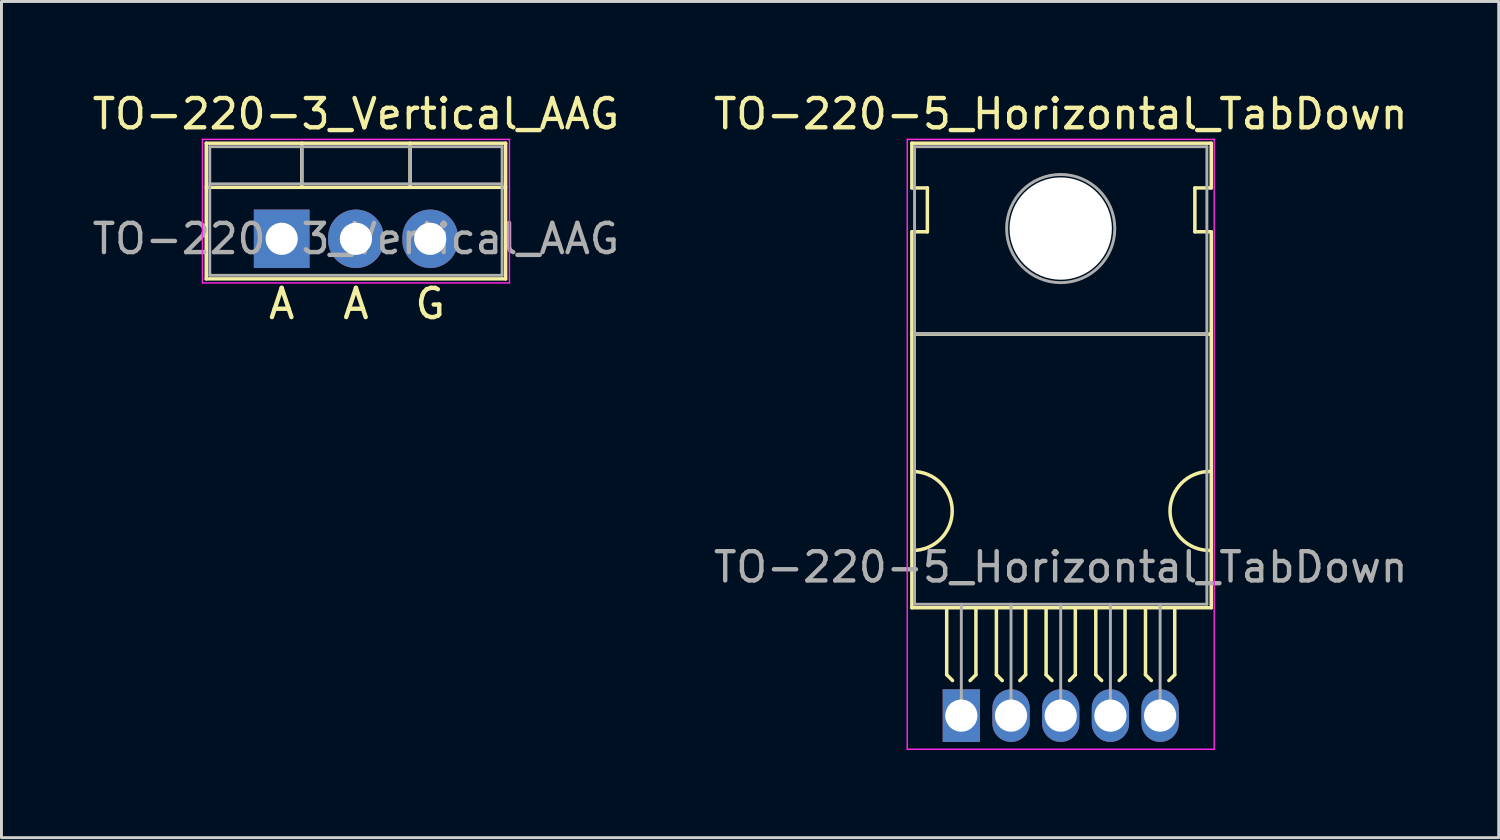
<source format=kicad_pcb>
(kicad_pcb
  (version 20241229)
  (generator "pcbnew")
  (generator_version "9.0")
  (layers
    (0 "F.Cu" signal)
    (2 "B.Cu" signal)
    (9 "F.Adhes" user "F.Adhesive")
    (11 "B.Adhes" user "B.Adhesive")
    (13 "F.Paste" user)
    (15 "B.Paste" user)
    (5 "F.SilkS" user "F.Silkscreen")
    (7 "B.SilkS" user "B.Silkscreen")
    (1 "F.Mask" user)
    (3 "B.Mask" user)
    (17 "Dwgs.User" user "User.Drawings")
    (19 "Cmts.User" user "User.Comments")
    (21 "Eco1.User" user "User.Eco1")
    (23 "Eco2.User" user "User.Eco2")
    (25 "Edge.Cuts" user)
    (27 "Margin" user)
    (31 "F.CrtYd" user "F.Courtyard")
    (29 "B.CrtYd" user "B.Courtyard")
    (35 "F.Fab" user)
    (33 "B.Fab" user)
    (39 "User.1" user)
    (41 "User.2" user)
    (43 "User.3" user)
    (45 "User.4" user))
  (footprint "TO-220-3_Vertical_AAG"
    (layer "F.Cu")
    (at 6.585 5.118)
    (property "Reference" "TO-220-3_Vertical_AAG" (at 2.54 -4.27 0) (layer "F.SilkS") (effects (font (size 1 1) (thickness 0.15))))
    (fp_line (start -2.58 -3.27) (end -2.58 1.371) (stroke (width 0.12) (type solid)) (layer "F.SilkS"))
    (fp_line (start -2.58 -3.27) (end 7.66 -3.27) (stroke (width 0.12) (type solid)) (layer "F.SilkS"))
    (fp_line (start -2.58 -1.76) (end 7.66 -1.76) (stroke (width 0.12) (type solid)) (layer "F.SilkS"))
    (fp_line (start -2.58 1.371) (end 7.66 1.371) (stroke (width 0.12) (type solid)) (layer "F.SilkS"))
    (fp_line (start 0.69 -3.27) (end 0.69 -1.76) (stroke (width 0.12) (type solid)) (layer "F.SilkS"))
    (fp_line (start 4.391 -3.27) (end 4.391 -1.76) (stroke (width 0.12) (type solid)) (layer "F.SilkS"))
    (fp_line (start 7.66 -3.27) (end 7.66 1.371) (stroke (width 0.12) (type solid)) (layer "F.SilkS"))
    (fp_line (start -2.71 -3.4) (end -2.71 1.51) (stroke (width 0.05) (type solid)) (layer "F.CrtYd"))
    (fp_line (start -2.71 1.51) (end 7.79 1.51) (stroke (width 0.05) (type solid)) (layer "F.CrtYd"))
    (fp_line (start 7.79 -3.4) (end -2.71 -3.4) (stroke (width 0.05) (type solid)) (layer "F.CrtYd"))
    (fp_line (start 7.79 1.51) (end 7.79 -3.4) (stroke (width 0.05) (type solid)) (layer "F.CrtYd"))
    (fp_line (start -2.46 -3.15) (end -2.46 1.25) (stroke (width 0.1) (type solid)) (layer "F.Fab"))
    (fp_line (start -2.46 -1.88) (end 7.54 -1.88) (stroke (width 0.1) (type solid)) (layer "F.Fab"))
    (fp_line (start -2.46 1.25) (end 7.54 1.25) (stroke (width 0.1) (type solid)) (layer "F.Fab"))
    (fp_line (start 0.69 -3.15) (end 0.69 -1.88) (stroke (width 0.1) (type solid)) (layer "F.Fab"))
    (fp_line (start 4.39 -3.15) (end 4.39 -1.88) (stroke (width 0.1) (type solid)) (layer "F.Fab"))
    (fp_line (start 7.54 -3.15) (end -2.46 -3.15) (stroke (width 0.1) (type solid)) (layer "F.Fab"))
    (fp_line (start 7.54 1.25) (end 7.54 -3.15) (stroke (width 0.1) (type solid)) (layer "F.Fab"))
    (fp_text user "G" (at 5.08 2.223 0) (unlocked yes) (layer "F.SilkS") (effects (font (size 1 1) (thickness 0.15))))
    (fp_text user "A" (at 2.54 2.223 0) (unlocked yes) (layer "F.SilkS") (effects (font (size 1 1) (thickness 0.15))))
    (fp_text user "A" (at 0 2.223 0) (unlocked yes) (layer "F.SilkS") (effects (font (size 1 1) (thickness 0.15))))
    (fp_text user "${REFERENCE}" (at 2.54 0 0) (layer "F.Fab") (effects (font (size 1 1) (thickness 0.15))))
    (pad "1" thru_hole rect (at 0 0) (size 1.905 2) (drill 1.1) (layers "*.Cu" "*.Mask"))
    (pad "2" thru_hole oval (at 2.54 0) (size 1.905 2) (drill 1.1) (layers "*.Cu" "*.Mask"))
    (pad "3" thru_hole oval (at 5.08 0) (size 1.905 2) (drill 1.1) (layers "*.Cu" "*.Mask")))
  (footprint "TO-220-5_Horizontal_TabDown"
    (layer "F.Cu")
    (at 29.832 21.428)
    (property "Reference" "TO-220-5_Horizontal_TabDown" (at 3.4 -20.58 0) (layer "F.SilkS") (effects (font (size 1 1) (thickness 0.15))))
    (attr through_hole)
    (fp_line (start -1.691 -19.58) (end -1.691 -18.05) (stroke (width 0.12) (type solid)) (layer "F.SilkS"))
    (fp_line (start -1.691 -19.58) (end 8.549 -19.58) (stroke (width 0.12) (type solid)) (layer "F.SilkS"))
    (fp_line (start -1.691 -18.05) (end -1.161 -18.05) (stroke (width 0.12) (type solid)) (layer "F.SilkS"))
    (fp_line (start -1.691 -16.55) (end -1.691 -3.69) (stroke (width 0.12) (type solid)) (layer "F.SilkS"))
    (fp_line (start -1.691 -3.69) (end 8.549 -3.69) (stroke (width 0.12) (type solid)) (layer "F.SilkS"))
    (fp_line (start -1.686 -13.05) (end 8.539 -13.05) (stroke (width 0.12) (type solid)) (layer "F.SilkS"))
    (fp_line (start -1.161 -18.05) (end -1.161 -16.55) (stroke (width 0.12) (type solid)) (layer "F.SilkS"))
    (fp_line (start -1.161 -16.55) (end -1.686 -16.55) (stroke (width 0.12) (type solid)) (layer "F.SilkS"))
    (fp_line (start -0.5 -3.65) (end -0.5 -1.4) (stroke (width 0.12) (type solid)) (layer "F.SilkS"))
    (fp_line (start -0.5 -1.4) (end -0.3 -1.2) (stroke (width 0.12) (type solid)) (layer "F.SilkS"))
    (fp_line (start 0.5 -3.65) (end 0.5 -1.4) (stroke (width 0.12) (type solid)) (layer "F.SilkS"))
    (fp_line (start 0.5 -1.4) (end 0.3 -1.2) (stroke (width 0.12) (type solid)) (layer "F.SilkS"))
    (fp_line (start 1.2 -3.65) (end 1.2 -1.4) (stroke (width 0.12) (type solid)) (layer "F.SilkS"))
    (fp_line (start 1.2 -1.4) (end 1.4 -1.2) (stroke (width 0.12) (type solid)) (layer "F.SilkS"))
    (fp_line (start 2.2 -3.65) (end 2.2 -1.4) (stroke (width 0.12) (type solid)) (layer "F.SilkS"))
    (fp_line (start 2.2 -1.4) (end 2 -1.2) (stroke (width 0.12) (type solid)) (layer "F.SilkS"))
    (fp_line (start 2.9 -3.65) (end 2.9 -1.4) (stroke (width 0.12) (type solid)) (layer "F.SilkS"))
    (fp_line (start 2.9 -1.4) (end 3.1 -1.2) (stroke (width 0.12) (type solid)) (layer "F.SilkS"))
    (fp_line (start 3.9 -3.65) (end 3.9 -1.4) (stroke (width 0.12) (type solid)) (layer "F.SilkS"))
    (fp_line (start 3.9 -1.4) (end 3.7 -1.2) (stroke (width 0.12) (type solid)) (layer "F.SilkS"))
    (fp_line (start 4.6 -3.65) (end 4.6 -1.4) (stroke (width 0.12) (type solid)) (layer "F.SilkS"))
    (fp_line (start 4.6 -1.4) (end 4.8 -1.2) (stroke (width 0.12) (type solid)) (layer "F.SilkS"))
    (fp_line (start 5.6 -3.65) (end 5.6 -1.4) (stroke (width 0.12) (type solid)) (layer "F.SilkS"))
    (fp_line (start 5.6 -1.4) (end 5.4 -1.2) (stroke (width 0.12) (type solid)) (layer "F.SilkS"))
    (fp_line (start 6.3 -3.65) (end 6.3 -1.4) (stroke (width 0.12) (type solid)) (layer "F.SilkS"))
    (fp_line (start 6.3 -1.4) (end 6.5 -1.2) (stroke (width 0.12) (type solid)) (layer "F.SilkS"))
    (fp_line (start 7.3 -3.65) (end 7.3 -1.4) (stroke (width 0.12) (type solid)) (layer "F.SilkS"))
    (fp_line (start 7.3 -1.4) (end 7.1 -1.2) (stroke (width 0.12) (type solid)) (layer "F.SilkS"))
    (fp_line (start 7.989 -18.05) (end 8.549 -18.05) (stroke (width 0.12) (type solid)) (layer "F.SilkS"))
    (fp_line (start 7.989 -16.55) (end 7.989 -18.05) (stroke (width 0.12) (type solid)) (layer "F.SilkS"))
    (fp_line (start 8.549 -19.58) (end 8.549 -18.05) (stroke (width 0.12) (type solid)) (layer "F.SilkS"))
    (fp_line (start 8.549 -16.55) (end 7.989 -16.55) (stroke (width 0.12) (type solid)) (layer "F.SilkS"))
    (fp_line (start 8.549 -16.55) (end 8.549 -3.69) (stroke (width 0.12) (type solid)) (layer "F.SilkS"))
    (fp_arc (start -1.661 -8.35) (mid -0.311 -7) (end -1.661 -5.65) (stroke (width 0.12) (type solid)) (layer "F.SilkS"))
    (fp_arc (start 8.489 -5.65) (mid 7.139 -7) (end 8.489 -8.35) (stroke (width 0.12) (type solid)) (layer "F.SilkS"))
    (fp_line (start -1.85 -19.71) (end -1.85 1.15) (stroke (width 0.05) (type solid)) (layer "F.CrtYd"))
    (fp_line (start -1.85 1.15) (end 8.65 1.15) (stroke (width 0.05) (type solid)) (layer "F.CrtYd"))
    (fp_line (start 8.65 -19.71) (end -1.85 -19.71) (stroke (width 0.05) (type solid)) (layer "F.CrtYd"))
    (fp_line (start 8.65 1.15) (end 8.65 -19.71) (stroke (width 0.05) (type solid)) (layer "F.CrtYd"))
    (fp_line (start -1.6 -19.46) (end 8.4 -19.46) (stroke (width 0.1) (type solid)) (layer "F.Fab"))
    (fp_line (start -1.6 -13.06) (end -1.6 -19.46) (stroke (width 0.1) (type solid)) (layer "F.Fab"))
    (fp_line (start -1.6 -13.06) (end 8.4 -13.06) (stroke (width 0.1) (type solid)) (layer "F.Fab"))
    (fp_line (start -1.6 -3.81) (end -1.6 -13.06) (stroke (width 0.1) (type solid)) (layer "F.Fab"))
    (fp_line (start 0 -3.81) (end 0 0) (stroke (width 0.1) (type solid)) (layer "F.Fab"))
    (fp_line (start 1.7 -3.81) (end 1.7 0) (stroke (width 0.1) (type solid)) (layer "F.Fab"))
    (fp_line (start 3.4 -3.81) (end 3.4 0) (stroke (width 0.1) (type solid)) (layer "F.Fab"))
    (fp_line (start 5.1 -3.81) (end 5.1 0) (stroke (width 0.1) (type solid)) (layer "F.Fab"))
    (fp_line (start 6.8 -3.81) (end 6.8 0) (stroke (width 0.1) (type solid)) (layer "F.Fab"))
    (fp_line (start 8.4 -19.46) (end 8.4 -13.06) (stroke (width 0.1) (type solid)) (layer "F.Fab"))
    (fp_line (start 8.4 -13.06) (end -1.6 -13.06) (stroke (width 0.1) (type solid)) (layer "F.Fab"))
    (fp_line (start 8.4 -13.06) (end 8.4 -3.81) (stroke (width 0.1) (type solid)) (layer "F.Fab"))
    (fp_line (start 8.4 -3.81) (end -1.6 -3.81) (stroke (width 0.1) (type solid)) (layer "F.Fab"))
    (fp_circle (center 3.4 -16.66) (end 5.25 -16.66) (stroke (width 0.1) (type solid)) (fill no) (layer "F.Fab"))
    (fp_text user "${REFERENCE}" (at 3.4 -5.08 0) (layer "F.Fab") (effects (font (size 1 1) (thickness 0.15))))
    (pad "" np_thru_hole oval (at 3.4 -16.66) (size 3.5 3.5) (drill 3.5) (layers "*.Cu" "*.Mask"))
    (pad "1" thru_hole rect (at 0 0) (size 1.275 1.8) (drill 1.1) (layers "*.Cu" "*.Mask"))
    (pad "2" thru_hole oval (at 1.7 0) (size 1.275 1.8) (drill 1.1) (layers "*.Cu" "*.Mask"))
    (pad "3" thru_hole oval (at 3.4 0) (size 1.275 1.8) (drill 1.1) (layers "*.Cu" "*.Mask"))
    (pad "4" thru_hole oval (at 5.1 0) (size 1.275 1.8) (drill 1.1) (layers "*.Cu" "*.Mask"))
    (pad "5" thru_hole oval (at 6.8 0) (size 1.275 1.8) (drill 1.1) (layers "*.Cu" "*.Mask")))
  (gr_rect
    (start -3 -3)
    (end 48.214 25.603)
    (stroke (width 0.1) (type default))
    (fill no)
    (layer "Edge.Cuts")))
</source>
